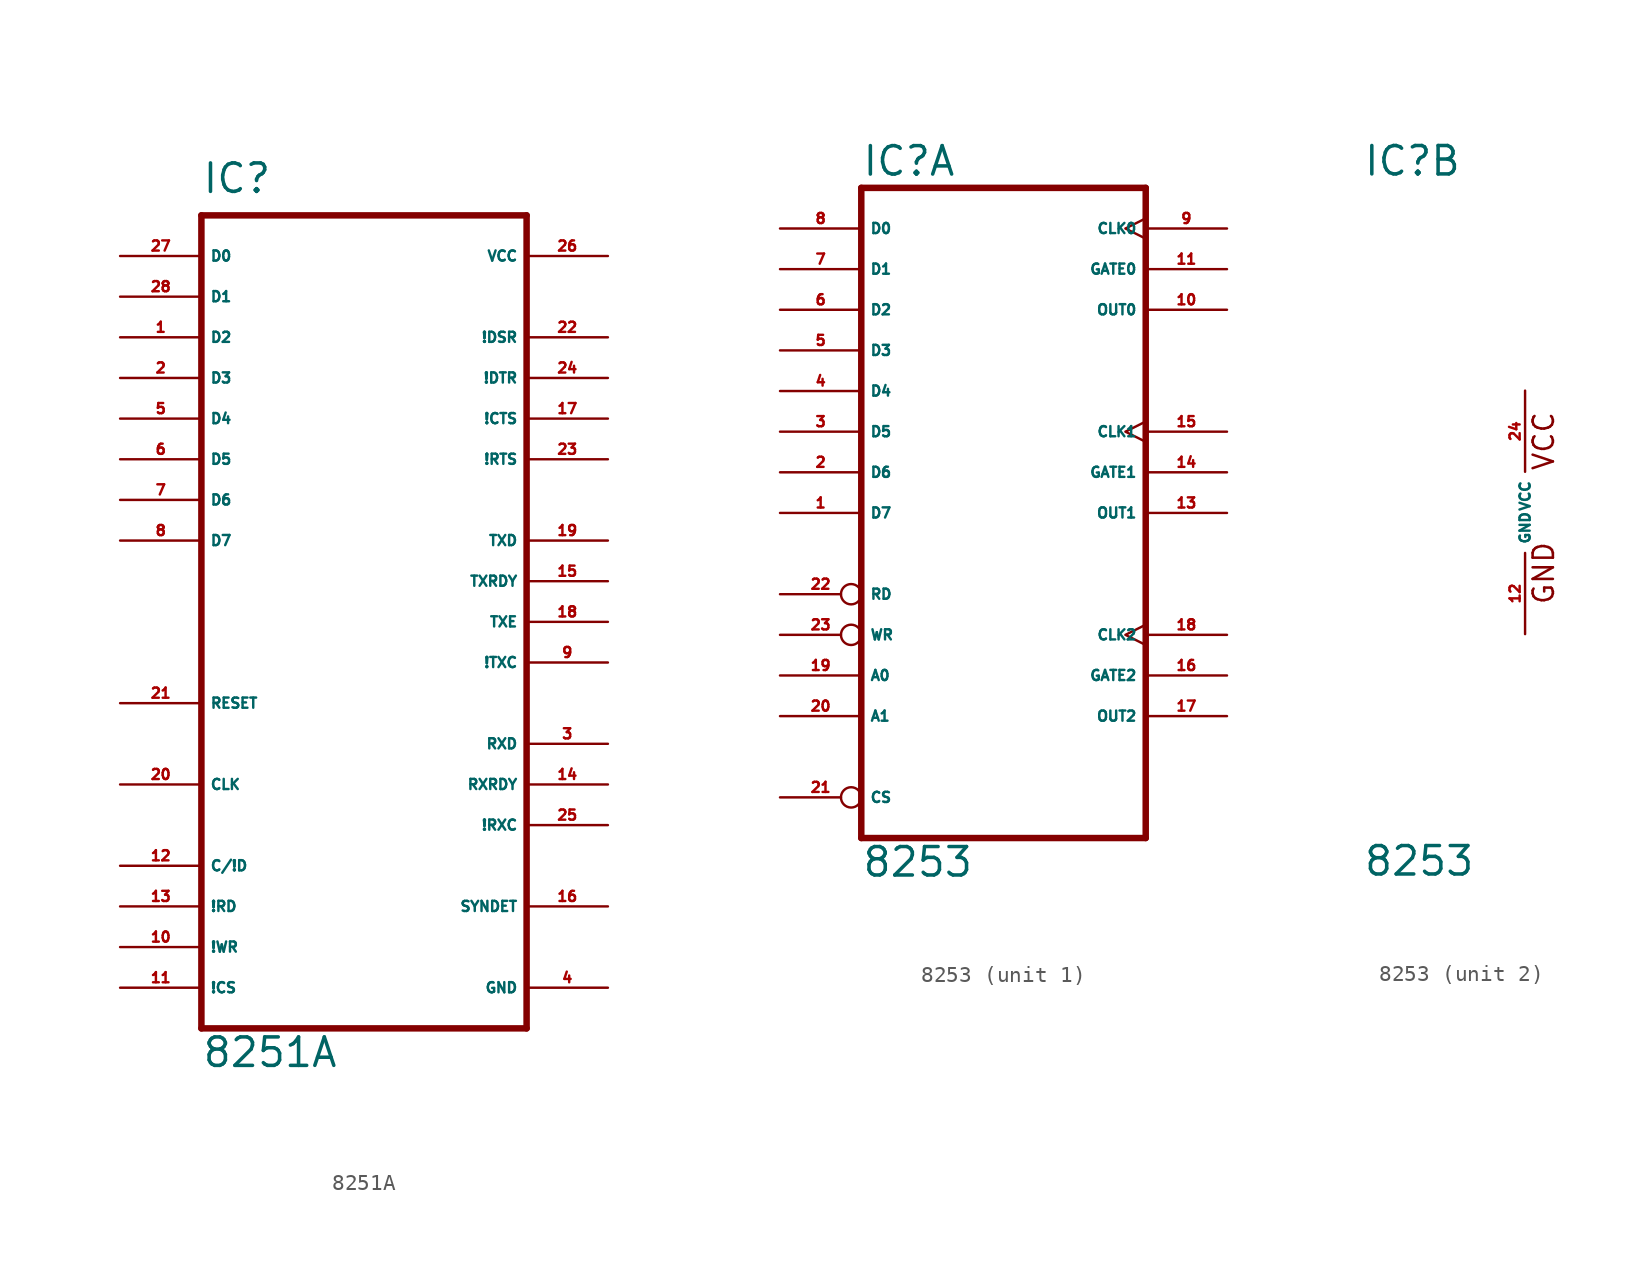
<source format=kicad_sym>
(kicad_symbol_lib
  (version 20220914)
  (generator Eagle2Kicad)
  (symbol "8251A"
    (property "Reference" "IC"
      (at -10.16 26.67 0)
      (effects (font (size 1.778 1.778) (thickness 0.22)) (justify left bottom)))
    (property "Value" "8251A"
      (at -10.16 -27.94 0)
      (effects (font (size 1.778 1.778) (thickness 0.22)) (justify left bottom)))
    (polyline
      (pts (xy -10.16 25.4) (xy 10.16 25.4))
      (stroke (width 0.406) (type default))
      (fill (type none)))
    (polyline
      (pts (xy 10.16 25.4) (xy 10.16 -25.4))
      (stroke (width 0.406) (type default))
      (fill (type none)))
    (polyline
      (pts (xy 10.16 -25.4) (xy -10.16 -25.4))
      (stroke (width 0.406) (type default))
      (fill (type none)))
    (polyline
      (pts (xy -10.16 -25.4) (xy -10.16 25.4))
      (stroke (width 0.406) (type default))
      (fill (type none)))
    (pin tri_state line
      (at -15.24 22.86 0)
      (length 5.08)
      (name "D0" (effects (font (size 0.635 0.635) (thickness 0.08)) (justify left bottom)))
      (number "27" (effects (font (size 0.635 0.635) (thickness 0.08)) (justify left bottom))))
    (pin tri_state line
      (at -15.24 20.32 0)
      (length 5.08)
      (name "D1" (effects (font (size 0.635 0.635) (thickness 0.08)) (justify left bottom)))
      (number "28" (effects (font (size 0.635 0.635) (thickness 0.08)) (justify left bottom))))
    (pin tri_state line
      (at -15.24 17.78 0)
      (length 5.08)
      (name "D2" (effects (font (size 0.635 0.635) (thickness 0.08)) (justify left bottom)))
      (number "1" (effects (font (size 0.635 0.635) (thickness 0.08)) (justify left bottom))))
    (pin tri_state line
      (at -15.24 15.24 0)
      (length 5.08)
      (name "D3" (effects (font (size 0.635 0.635) (thickness 0.08)) (justify left bottom)))
      (number "2" (effects (font (size 0.635 0.635) (thickness 0.08)) (justify left bottom))))
    (pin tri_state line
      (at -15.24 12.7 0)
      (length 5.08)
      (name "D4" (effects (font (size 0.635 0.635) (thickness 0.08)) (justify left bottom)))
      (number "5" (effects (font (size 0.635 0.635) (thickness 0.08)) (justify left bottom))))
    (pin tri_state line
      (at -15.24 10.16 0)
      (length 5.08)
      (name "D5" (effects (font (size 0.635 0.635) (thickness 0.08)) (justify left bottom)))
      (number "6" (effects (font (size 0.635 0.635) (thickness 0.08)) (justify left bottom))))
    (pin tri_state line
      (at -15.24 7.62 0)
      (length 5.08)
      (name "D6" (effects (font (size 0.635 0.635) (thickness 0.08)) (justify left bottom)))
      (number "7" (effects (font (size 0.635 0.635) (thickness 0.08)) (justify left bottom))))
    (pin tri_state line
      (at -15.24 5.08 0)
      (length 5.08)
      (name "D7" (effects (font (size 0.635 0.635) (thickness 0.08)) (justify left bottom)))
      (number "8" (effects (font (size 0.635 0.635) (thickness 0.08)) (justify left bottom))))
    (pin input line
      (at -15.24 -5.08 0)
      (length 5.08)
      (name "RESET" (effects (font (size 0.635 0.635) (thickness 0.08)) (justify left bottom)))
      (number "21" (effects (font (size 0.635 0.635) (thickness 0.08)) (justify left bottom))))
    (pin input line
      (at -15.24 -10.16 0)
      (length 5.08)
      (name "CLK" (effects (font (size 0.635 0.635) (thickness 0.08)) (justify left bottom)))
      (number "20" (effects (font (size 0.635 0.635) (thickness 0.08)) (justify left bottom))))
    (pin input line
      (at -15.24 -15.24 0)
      (length 5.08)
      (name "C/!D" (effects (font (size 0.635 0.635) (thickness 0.08)) (justify left bottom)))
      (number "12" (effects (font (size 0.635 0.635) (thickness 0.08)) (justify left bottom))))
    (pin input line
      (at -15.24 -17.78 0)
      (length 5.08)
      (name "!RD" (effects (font (size 0.635 0.635) (thickness 0.08)) (justify left bottom)))
      (number "13" (effects (font (size 0.635 0.635) (thickness 0.08)) (justify left bottom))))
    (pin input line
      (at -15.24 -20.32 0)
      (length 5.08)
      (name "!WR" (effects (font (size 0.635 0.635) (thickness 0.08)) (justify left bottom)))
      (number "10" (effects (font (size 0.635 0.635) (thickness 0.08)) (justify left bottom))))
    (pin input line
      (at -15.24 -22.86 0)
      (length 5.08)
      (name "!CS" (effects (font (size 0.635 0.635) (thickness 0.08)) (justify left bottom)))
      (number "11" (effects (font (size 0.635 0.635) (thickness 0.08)) (justify left bottom))))
    (pin input line
      (at 15.24 17.78 180)
      (length 5.08)
      (name "!DSR" (effects (font (size 0.635 0.635) (thickness 0.08)) (justify left bottom)))
      (number "22" (effects (font (size 0.635 0.635) (thickness 0.08)) (justify left bottom))))
    (pin output line
      (at 15.24 15.24 180)
      (length 5.08)
      (name "!DTR" (effects (font (size 0.635 0.635) (thickness 0.08)) (justify left bottom)))
      (number "24" (effects (font (size 0.635 0.635) (thickness 0.08)) (justify left bottom))))
    (pin input line
      (at 15.24 12.7 180)
      (length 5.08)
      (name "!CTS" (effects (font (size 0.635 0.635) (thickness 0.08)) (justify left bottom)))
      (number "17" (effects (font (size 0.635 0.635) (thickness 0.08)) (justify left bottom))))
    (pin output line
      (at 15.24 10.16 180)
      (length 5.08)
      (name "!RTS" (effects (font (size 0.635 0.635) (thickness 0.08)) (justify left bottom)))
      (number "23" (effects (font (size 0.635 0.635) (thickness 0.08)) (justify left bottom))))
    (pin output line
      (at 15.24 5.08 180)
      (length 5.08)
      (name "TXD" (effects (font (size 0.635 0.635) (thickness 0.08)) (justify left bottom)))
      (number "19" (effects (font (size 0.635 0.635) (thickness 0.08)) (justify left bottom))))
    (pin output line
      (at 15.24 0 180)
      (length 5.08)
      (name "TXE" (effects (font (size 0.635 0.635) (thickness 0.08)) (justify left bottom)))
      (number "18" (effects (font (size 0.635 0.635) (thickness 0.08)) (justify left bottom))))
    (pin input line
      (at 15.24 -2.54 180)
      (length 5.08)
      (name "!TXC" (effects (font (size 0.635 0.635) (thickness 0.08)) (justify left bottom)))
      (number "9" (effects (font (size 0.635 0.635) (thickness 0.08)) (justify left bottom))))
    (pin input line
      (at 15.24 -7.62 180)
      (length 5.08)
      (name "RXD" (effects (font (size 0.635 0.635) (thickness 0.08)) (justify left bottom)))
      (number "3" (effects (font (size 0.635 0.635) (thickness 0.08)) (justify left bottom))))
    (pin output line
      (at 15.24 -10.16 180)
      (length 5.08)
      (name "RXRDY" (effects (font (size 0.635 0.635) (thickness 0.08)) (justify left bottom)))
      (number "14" (effects (font (size 0.635 0.635) (thickness 0.08)) (justify left bottom))))
    (pin input line
      (at 15.24 -12.7 180)
      (length 5.08)
      (name "!RXC" (effects (font (size 0.635 0.635) (thickness 0.08)) (justify left bottom)))
      (number "25" (effects (font (size 0.635 0.635) (thickness 0.08)) (justify left bottom))))
    (pin bidirectional line
      (at 15.24 -17.78 180)
      (length 5.08)
      (name "SYNDET" (effects (font (size 0.635 0.635) (thickness 0.08)) (justify left bottom)))
      (number "16" (effects (font (size 0.635 0.635) (thickness 0.08)) (justify left bottom))))
    (pin unspecified line
      (at 15.24 22.86 180)
      (length 5.08)
      (name "VCC" (effects (font (size 0.635 0.635) (thickness 0.08)) (justify left bottom)))
      (number "26" (effects (font (size 0.635 0.635) (thickness 0.08)) (justify left bottom))))
    (pin unspecified line
      (at 15.24 -22.86 180)
      (length 5.08)
      (name "GND" (effects (font (size 0.635 0.635) (thickness 0.08)) (justify left bottom)))
      (number "4" (effects (font (size 0.635 0.635) (thickness 0.08)) (justify left bottom))))
    (pin output line
      (at 15.24 2.54 180)
      (length 5.08)
      (name "TXRDY" (effects (font (size 0.635 0.635) (thickness 0.08)) (justify left bottom)))
      (number "15" (effects (font (size 0.635 0.635) (thickness 0.08)) (justify left bottom)))))
  (symbol "8253"
    (property "Reference" "IC"
      (at -10.16 20.955 0)
      (effects (font (size 1.778 1.778) (thickness 0.22)) (justify left bottom)))
    (property "Value" "8253"
      (at -10.16 -22.86 0)
      (effects (font (size 1.778 1.778) (thickness 0.22)) (justify left bottom)))
    (symbol "8253_1_0"
      (polyline (pts (xy -10.16 -20.32) (xy 7.62 -20.32)) (stroke (width 0.406) (type default)) (fill (type none)))
      (polyline (pts (xy 7.62 -20.32) (xy 7.62 20.32)) (stroke (width 0.406) (type default)) (fill (type none)))
      (polyline (pts (xy 7.62 20.32) (xy -10.16 20.32)) (stroke (width 0.406) (type default)) (fill (type none)))
      (polyline (pts (xy -10.16 20.32) (xy -10.16 -20.32)) (stroke (width 0.406) (type default)) (fill (type none)))
      (pin bidirectional line (at -15.24 0 0) (length 5.08) (name "D7" (effects (font (size 0.635 0.635) (thickness 0.08)) (justify left bottom))) (number "1" (effects (font (size 0.635 0.635) (thickness 0.08)) (justify left bottom))))
      (pin bidirectional line (at -15.24 2.54 0) (length 5.08) (name "D6" (effects (font (size 0.635 0.635) (thickness 0.08)) (justify left bottom))) (number "2" (effects (font (size 0.635 0.635) (thickness 0.08)) (justify left bottom))))
      (pin bidirectional line (at -15.24 5.08 0) (length 5.08) (name "D5" (effects (font (size 0.635 0.635) (thickness 0.08)) (justify left bottom))) (number "3" (effects (font (size 0.635 0.635) (thickness 0.08)) (justify left bottom))))
      (pin bidirectional line (at -15.24 7.62 0) (length 5.08) (name "D4" (effects (font (size 0.635 0.635) (thickness 0.08)) (justify left bottom))) (number "4" (effects (font (size 0.635 0.635) (thickness 0.08)) (justify left bottom))))
      (pin bidirectional line (at -15.24 10.16 0) (length 5.08) (name "D3" (effects (font (size 0.635 0.635) (thickness 0.08)) (justify left bottom))) (number "5" (effects (font (size 0.635 0.635) (thickness 0.08)) (justify left bottom))))
      (pin bidirectional line (at -15.24 12.7 0) (length 5.08) (name "D2" (effects (font (size 0.635 0.635) (thickness 0.08)) (justify left bottom))) (number "6" (effects (font (size 0.635 0.635) (thickness 0.08)) (justify left bottom))))
      (pin bidirectional line (at -15.24 15.24 0) (length 5.08) (name "D1" (effects (font (size 0.635 0.635) (thickness 0.08)) (justify left bottom))) (number "7" (effects (font (size 0.635 0.635) (thickness 0.08)) (justify left bottom))))
      (pin bidirectional line (at -15.24 17.78 0) (length 5.08) (name "D0" (effects (font (size 0.635 0.635) (thickness 0.08)) (justify left bottom))) (number "8" (effects (font (size 0.635 0.635) (thickness 0.08)) (justify left bottom))))
      (pin input clock (at 12.7 17.78 180) (length 5.08) (name "CLK0" (effects (font (size 0.635 0.635) (thickness 0.08)) (justify left bottom))) (number "9" (effects (font (size 0.635 0.635) (thickness 0.08)) (justify left bottom))))
      (pin output line (at 12.7 12.7 180) (length 5.08) (name "OUT0" (effects (font (size 0.635 0.635) (thickness 0.08)) (justify left bottom))) (number "10" (effects (font (size 0.635 0.635) (thickness 0.08)) (justify left bottom))))
      (pin input line (at 12.7 15.24 180) (length 5.08) (name "GATE0" (effects (font (size 0.635 0.635) (thickness 0.08)) (justify left bottom))) (number "11" (effects (font (size 0.635 0.635) (thickness 0.08)) (justify left bottom))))
      (pin output line (at 12.7 0 180) (length 5.08) (name "OUT1" (effects (font (size 0.635 0.635) (thickness 0.08)) (justify left bottom))) (number "13" (effects (font (size 0.635 0.635) (thickness 0.08)) (justify left bottom))))
      (pin input line (at 12.7 2.54 180) (length 5.08) (name "GATE1" (effects (font (size 0.635 0.635) (thickness 0.08)) (justify left bottom))) (number "14" (effects (font (size 0.635 0.635) (thickness 0.08)) (justify left bottom))))
      (pin input clock (at 12.7 5.08 180) (length 5.08) (name "CLK1" (effects (font (size 0.635 0.635) (thickness 0.08)) (justify left bottom))) (number "15" (effects (font (size 0.635 0.635) (thickness 0.08)) (justify left bottom))))
      (pin input line (at 12.7 -10.16 180) (length 5.08) (name "GATE2" (effects (font (size 0.635 0.635) (thickness 0.08)) (justify left bottom))) (number "16" (effects (font (size 0.635 0.635) (thickness 0.08)) (justify left bottom))))
      (pin output line (at 12.7 -12.7 180) (length 5.08) (name "OUT2" (effects (font (size 0.635 0.635) (thickness 0.08)) (justify left bottom))) (number "17" (effects (font (size 0.635 0.635) (thickness 0.08)) (justify left bottom))))
      (pin input clock (at 12.7 -7.62 180) (length 5.08) (name "CLK2" (effects (font (size 0.635 0.635) (thickness 0.08)) (justify left bottom))) (number "18" (effects (font (size 0.635 0.635) (thickness 0.08)) (justify left bottom))))
      (pin input line (at -15.24 -10.16 0) (length 5.08) (name "A0" (effects (font (size 0.635 0.635) (thickness 0.08)) (justify left bottom))) (number "19" (effects (font (size 0.635 0.635) (thickness 0.08)) (justify left bottom))))
      (pin input line (at -15.24 -12.7 0) (length 5.08) (name "A1" (effects (font (size 0.635 0.635) (thickness 0.08)) (justify left bottom))) (number "20" (effects (font (size 0.635 0.635) (thickness 0.08)) (justify left bottom))))
      (pin input inverted (at -15.24 -17.78 0) (length 5.08) (name "CS" (effects (font (size 0.635 0.635) (thickness 0.08)) (justify left bottom))) (number "21" (effects (font (size 0.635 0.635) (thickness 0.08)) (justify left bottom))))
      (pin input inverted (at -15.24 -5.08 0) (length 5.08) (name "RD" (effects (font (size 0.635 0.635) (thickness 0.08)) (justify left bottom))) (number "22" (effects (font (size 0.635 0.635) (thickness 0.08)) (justify left bottom))))
      (pin input inverted (at -15.24 -7.62 0) (length 5.08) (name "WR" (effects (font (size 0.635 0.635) (thickness 0.08)) (justify left bottom))) (number "23" (effects (font (size 0.635 0.635) (thickness 0.08)) (justify left bottom)))))
    (symbol "8253_2_0"
      (text "GND" (at 1.905 -5.842 900) (effects (font (size 1.27 1.27) (thickness 0.16)) (justify left bottom)))
      (text "VCC" (at 1.905 2.54 900) (effects (font (size 1.27 1.27) (thickness 0.16)) (justify left bottom)))
      (pin unspecified line (at 0 -7.62 90) (length 5.08) (name "GND" (effects (font (size 0.635 0.635) (thickness 0.08)) (justify left bottom))) (number "12" (effects (font (size 0.635 0.635) (thickness 0.08)) (justify left bottom))))
      (pin unspecified line (at 0 7.62 270) (length 5.08) (name "VCC" (effects (font (size 0.635 0.635) (thickness 0.08)) (justify left bottom))) (number "24" (effects (font (size 0.635 0.635) (thickness 0.08)) (justify left bottom)))))))
</source>
